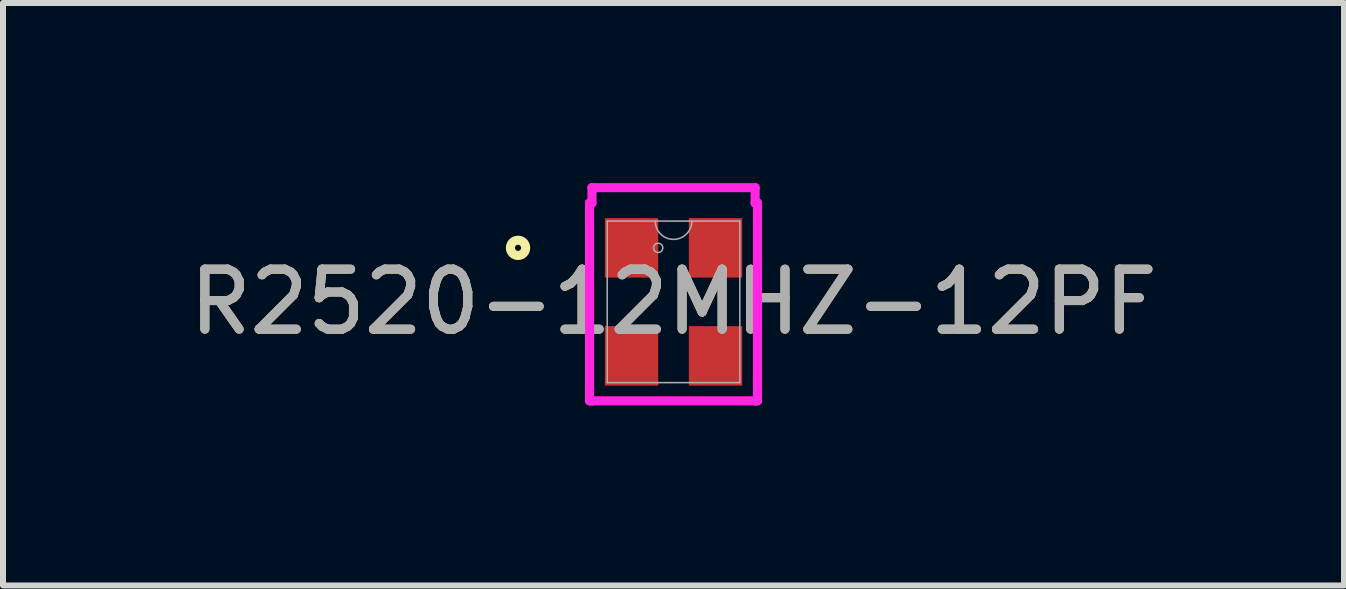
<source format=kicad_pcb>
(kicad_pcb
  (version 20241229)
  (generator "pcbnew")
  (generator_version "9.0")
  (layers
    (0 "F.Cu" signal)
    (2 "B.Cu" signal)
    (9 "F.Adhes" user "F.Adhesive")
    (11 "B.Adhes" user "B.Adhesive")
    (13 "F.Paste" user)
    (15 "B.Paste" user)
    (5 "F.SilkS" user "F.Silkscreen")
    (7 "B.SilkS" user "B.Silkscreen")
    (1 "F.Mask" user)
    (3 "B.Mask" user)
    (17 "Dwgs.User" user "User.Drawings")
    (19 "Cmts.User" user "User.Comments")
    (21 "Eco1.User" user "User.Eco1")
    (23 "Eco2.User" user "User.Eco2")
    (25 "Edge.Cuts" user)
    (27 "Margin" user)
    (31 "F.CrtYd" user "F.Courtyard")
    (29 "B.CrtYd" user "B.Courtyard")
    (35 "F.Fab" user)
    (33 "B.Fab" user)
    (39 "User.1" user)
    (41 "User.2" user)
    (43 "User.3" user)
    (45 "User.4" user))
  (footprint "R2520-12MHZ-12PF"
    (layer "F.Cu")
    (at 8.173 1.98)
    (property "Reference" "R2520-12MHZ-12PF" (at 0 0 0) (unlocked yes) (layer "F.SilkS") (effects (font (size 1 1) (thickness 0.15))))
    (attr smd)
    (fp_circle (center -2.591 -0.9) (end -2.464 -0.9) (stroke (width 0.152) (type solid)) (fill no) (layer "F.SilkS"))
    (fp_line (start -1.399 -1.649) (end -1.359 -1.649) (stroke (width 0.152) (type solid)) (layer "F.CrtYd"))
    (fp_line (start -1.399 1.649) (end -1.399 -1.649) (stroke (width 0.152) (type solid)) (layer "F.CrtYd"))
    (fp_line (start -1.399 1.649) (end -1.359 1.649) (stroke (width 0.152) (type solid)) (layer "F.CrtYd"))
    (fp_line (start -1.359 -1.903) (end 1.359 -1.903) (stroke (width 0.152) (type solid)) (layer "F.CrtYd"))
    (fp_line (start -1.359 -1.649) (end -1.359 -1.903) (stroke (width 0.152) (type solid)) (layer "F.CrtYd"))
    (fp_line (start -1.359 1.649) (end -1.359 1.649) (stroke (width 0.152) (type solid)) (layer "F.CrtYd"))
    (fp_line (start 1.359 -1.903) (end 1.359 -1.649) (stroke (width 0.152) (type solid)) (layer "F.CrtYd"))
    (fp_line (start 1.359 1.649) (end -1.359 1.649) (stroke (width 0.152) (type solid)) (layer "F.CrtYd"))
    (fp_line (start 1.359 1.649) (end 1.359 1.649) (stroke (width 0.152) (type solid)) (layer "F.CrtYd"))
    (fp_line (start 1.399 -1.649) (end 1.359 -1.649) (stroke (width 0.152) (type solid)) (layer "F.CrtYd"))
    (fp_line (start 1.399 -1.649) (end 1.399 1.649) (stroke (width 0.152) (type solid)) (layer "F.CrtYd"))
    (fp_line (start 1.399 1.649) (end 1.359 1.649) (stroke (width 0.152) (type solid)) (layer "F.CrtYd"))
    (fp_line (start -1.105 -1.346) (end -1.105 1.346) (stroke (width 0.025) (type solid)) (layer "F.Fab"))
    (fp_line (start -1.105 1.346) (end 1.105 1.346) (stroke (width 0.025) (type solid)) (layer "F.Fab"))
    (fp_line (start 1.105 -1.346) (end -1.105 -1.346) (stroke (width 0.025) (type solid)) (layer "F.Fab"))
    (fp_line (start 1.105 1.346) (end 1.105 -1.346) (stroke (width 0.025) (type solid)) (layer "F.Fab"))
    (fp_arc (start 0.3048 -1.3462) (mid 0 -1.0414) (end -0.3048 -1.3462) (stroke (width 0.0254) (type solid)) (layer "F.Fab"))
    (fp_circle (center -0.256 -0.9) (end -0.179 -0.9) (stroke (width 0.025) (type solid)) (fill no) (layer "F.Fab"))
    (fp_text user "${REFERENCE}" (at 0 0 0) (unlocked yes) (layer "F.Fab") (effects (font (size 1 1) (thickness 0.15))))
    (pad "1" smd rect (at -0.7 -0.9) (size 0.889 0.991) (layers "F.Cu" "F.Mask" "F.Paste"))
    (pad "2" smd rect (at -0.7 0.9) (size 0.889 0.991) (layers "F.Cu" "F.Mask" "F.Paste"))
    (pad "3" smd rect (at 0.7 0.9) (size 0.889 0.991) (layers "F.Cu" "F.Mask" "F.Paste"))
    (pad "4" smd rect (at 0.7 -0.9) (size 0.889 0.991) (layers "F.Cu" "F.Mask" "F.Paste")))
  (gr_rect
    (start -3 -3)
    (end 19.345 6.705)
    (stroke (width 0.1) (type default))
    (fill no)
    (layer "Edge.Cuts")))
</source>
